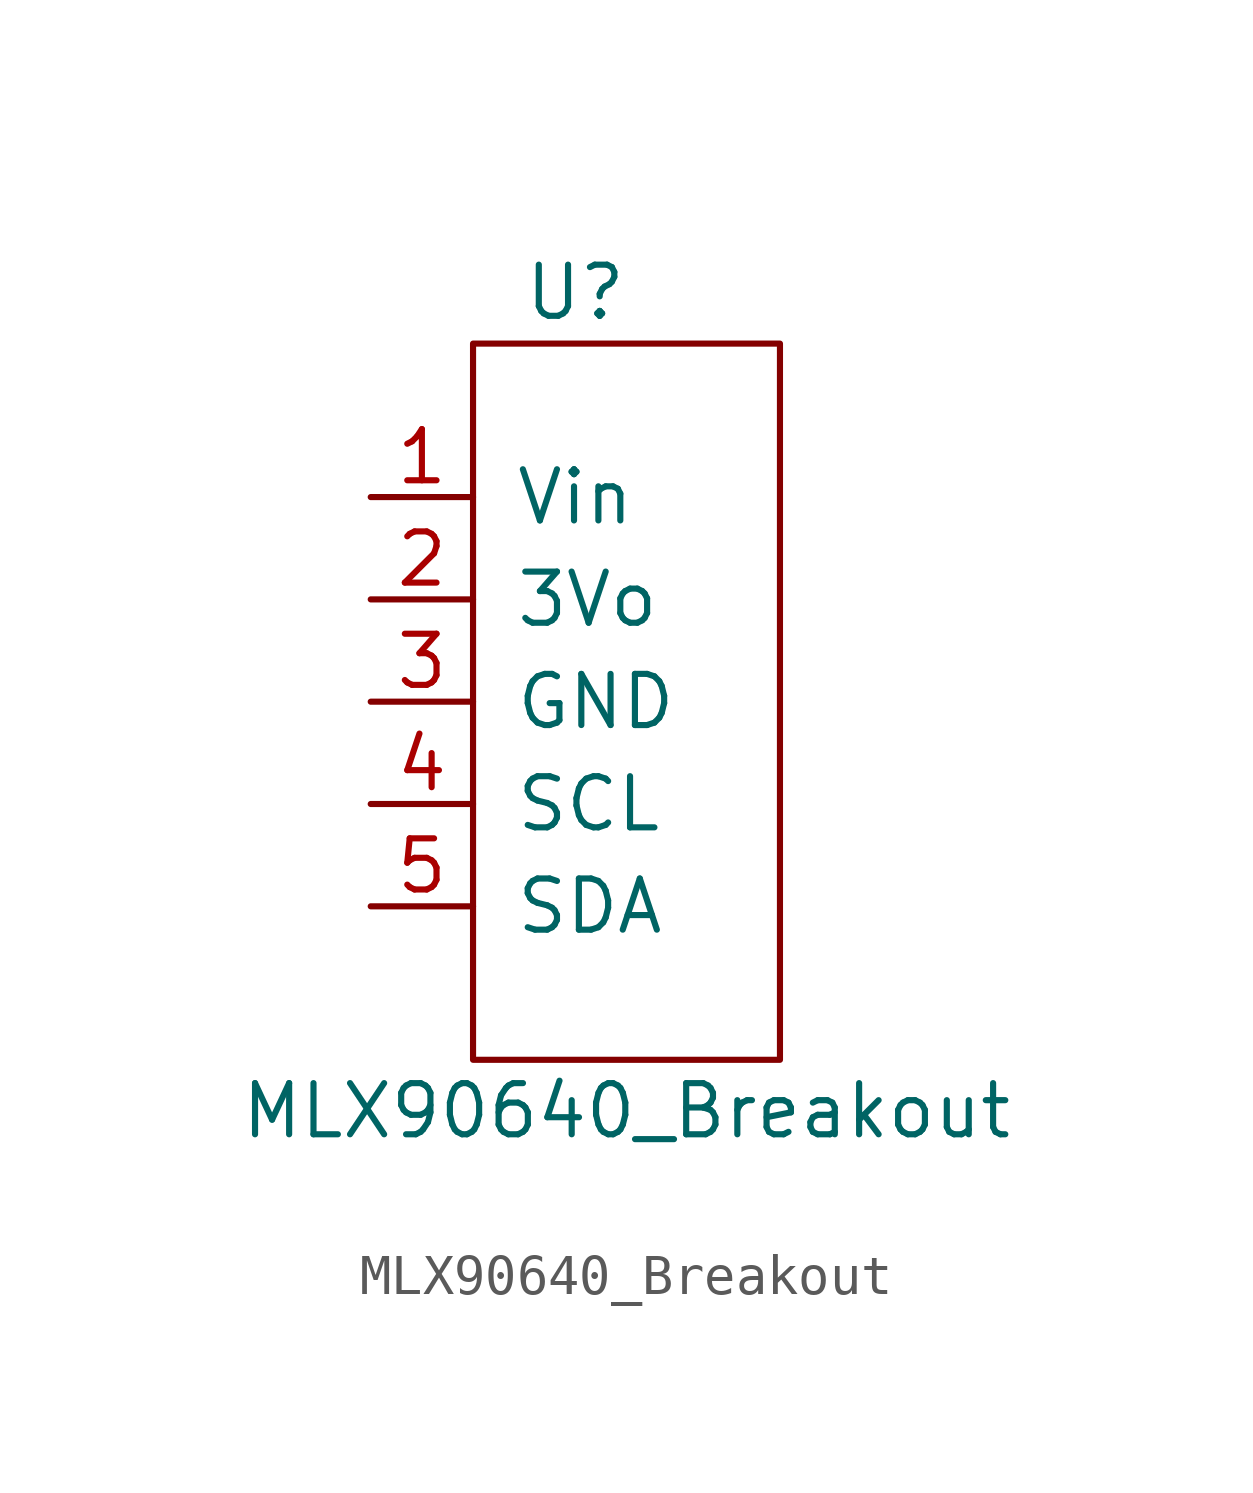
<source format=kicad_sym>
(kicad_symbol_lib
  (version 20211014)
  (generator kicad_symbol_editor)
  (symbol "MLX90640_Breakout"
    (pin_names
      (offset 1.016))
    (property "Reference" "U"
      (at -1.27 19.05 0)
      (effects (font (size 1.27 1.27))))
    (property "Value" "MLX90640_Breakout"
      (at 0 -1.27 0)
      (effects (font (size 1.27 1.27))))
    (symbol "MLX90640_Breakout_0_1"
      (rectangle (start -3.81 17.78) (end 3.81 0) (stroke (width 0) (type default) (color 0 0 0 0)) (fill (type none))))
    (symbol "MLX90640_Breakout_1_1"
      (pin passive line (at -6.35 13.97 0) (length 2.54) (name "Vin" (effects (font (size 1.27 1.27)))) (number "1" (effects (font (size 1.27 1.27)))))
      (pin passive line (at -6.35 11.43 0) (length 2.54) (name "3Vo" (effects (font (size 1.27 1.27)))) (number "2" (effects (font (size 1.27 1.27)))))
      (pin passive line (at -6.35 8.89 0) (length 2.54) (name "GND" (effects (font (size 1.27 1.27)))) (number "3" (effects (font (size 1.27 1.27)))))
      (pin passive line (at -6.35 6.35 0) (length 2.54) (name "SCL" (effects (font (size 1.27 1.27)))) (number "4" (effects (font (size 1.27 1.27)))))
      (pin passive line (at -6.35 3.81 0) (length 2.54) (name "SDA" (effects (font (size 1.27 1.27)))) (number "5" (effects (font (size 1.27 1.27))))))))
</source>
